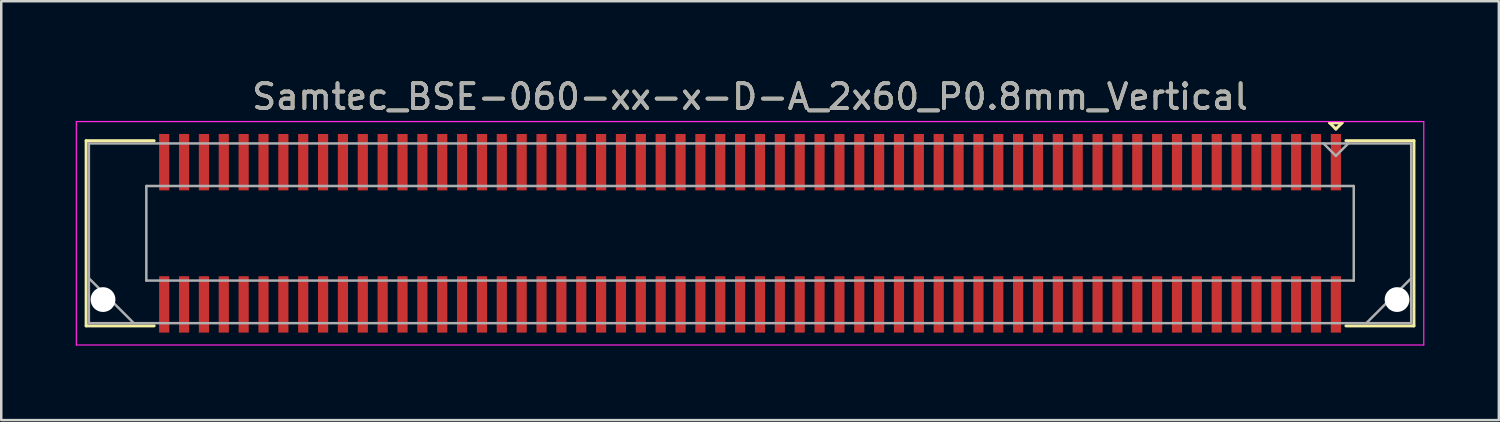
<source format=kicad_pcb>
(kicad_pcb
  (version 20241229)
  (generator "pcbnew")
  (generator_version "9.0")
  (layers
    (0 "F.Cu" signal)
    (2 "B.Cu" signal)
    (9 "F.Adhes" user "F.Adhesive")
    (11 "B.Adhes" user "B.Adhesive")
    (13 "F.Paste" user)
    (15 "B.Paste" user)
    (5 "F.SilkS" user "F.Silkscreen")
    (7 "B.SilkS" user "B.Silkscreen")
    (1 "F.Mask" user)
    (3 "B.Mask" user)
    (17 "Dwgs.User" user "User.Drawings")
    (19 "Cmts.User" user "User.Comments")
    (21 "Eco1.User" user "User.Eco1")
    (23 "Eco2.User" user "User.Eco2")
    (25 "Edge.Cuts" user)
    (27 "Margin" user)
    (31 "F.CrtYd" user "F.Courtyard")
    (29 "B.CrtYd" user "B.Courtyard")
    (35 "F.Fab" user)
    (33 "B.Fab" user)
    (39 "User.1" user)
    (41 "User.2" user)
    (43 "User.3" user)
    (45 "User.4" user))
  (footprint "Samtec_BSE-060-xx-x-D-A_2x60_P0.8mm_Vertical"
    (layer "F.Cu")
    (at 27.165 6.348)
    (property "Reference" "Samtec_BSE-060-xx-x-D-A_2x60_P0.8mm_Vertical" (at 0 -5.5 0) (layer "F.SilkS") (effects (font (size 1 1) (thickness 0.15))))
    (attr smd)
    (fp_line (start -26.745 -3.73) (end -24.005 -3.73) (stroke (width 0.12) (type solid)) (layer "F.SilkS"))
    (fp_line (start -26.745 3.73) (end -26.745 -3.73) (stroke (width 0.12) (type solid)) (layer "F.SilkS"))
    (fp_line (start -24.005 3.73) (end -26.745 3.73) (stroke (width 0.12) (type solid)) (layer "F.SilkS"))
    (fp_line (start 23.35 -4.45) (end 23.85 -4.45) (stroke (width 0.12) (type solid)) (layer "F.SilkS"))
    (fp_line (start 23.6 -4.2) (end 23.35 -4.45) (stroke (width 0.12) (type solid)) (layer "F.SilkS"))
    (fp_line (start 23.85 -4.45) (end 23.6 -4.2) (stroke (width 0.12) (type solid)) (layer "F.SilkS"))
    (fp_line (start 24.005 3.73) (end 26.745 3.73) (stroke (width 0.12) (type solid)) (layer "F.SilkS"))
    (fp_line (start 26.745 -3.73) (end 24.005 -3.73) (stroke (width 0.12) (type solid)) (layer "F.SilkS"))
    (fp_line (start 26.745 3.73) (end 26.745 -3.73) (stroke (width 0.12) (type solid)) (layer "F.SilkS"))
    (fp_line (start -27.14 -4.5) (end -27.14 4.5) (stroke (width 0.05) (type solid)) (layer "F.CrtYd"))
    (fp_line (start -27.14 4.5) (end 27.14 4.5) (stroke (width 0.05) (type solid)) (layer "F.CrtYd"))
    (fp_line (start 27.14 -4.5) (end -27.14 -4.5) (stroke (width 0.05) (type solid)) (layer "F.CrtYd"))
    (fp_line (start 27.14 4.5) (end 27.14 -4.5) (stroke (width 0.05) (type solid)) (layer "F.CrtYd"))
    (fp_line (start -26.635 -3.62) (end -26.635 3.62) (stroke (width 0.1) (type solid)) (layer "F.Fab"))
    (fp_line (start -26.635 1.81) (end -24.825 3.62) (stroke (width 0.1) (type solid)) (layer "F.Fab"))
    (fp_line (start -26.635 3.62) (end 26.635 3.62) (stroke (width 0.1) (type solid)) (layer "F.Fab"))
    (fp_line (start -24.32 -1.905) (end -24.32 1.905) (stroke (width 0.1) (type solid)) (layer "F.Fab"))
    (fp_line (start -24.32 1.905) (end 24.32 1.905) (stroke (width 0.1) (type solid)) (layer "F.Fab"))
    (fp_line (start 23.6 -3.12) (end 23.1 -3.62) (stroke (width 0.1) (type solid)) (layer "F.Fab"))
    (fp_line (start 24.1 -3.62) (end 23.6 -3.12) (stroke (width 0.1) (type solid)) (layer "F.Fab"))
    (fp_line (start 24.32 -1.905) (end -24.32 -1.905) (stroke (width 0.1) (type solid)) (layer "F.Fab"))
    (fp_line (start 24.32 1.905) (end 24.32 -1.905) (stroke (width 0.1) (type solid)) (layer "F.Fab"))
    (fp_line (start 26.635 -3.62) (end -26.635 -3.62) (stroke (width 0.1) (type solid)) (layer "F.Fab"))
    (fp_line (start 26.635 1.81) (end 24.825 3.62) (stroke (width 0.1) (type solid)) (layer "F.Fab"))
    (fp_line (start 26.635 3.62) (end 26.635 -3.62) (stroke (width 0.1) (type solid)) (layer "F.Fab"))
    (fp_text user "${REFERENCE}" (at 0 -5.5 0) (layer "F.Fab") (effects (font (size 1 1) (thickness 0.15))))
    (pad "" np_thru_hole circle (at -26.065 2.67) (size 1 1) (drill 1) (layers "*.Cu" "*.Mask"))
    (pad "" np_thru_hole circle (at 26.065 2.67) (size 1 1) (drill 1) (layers "*.Cu" "*.Mask"))
    (pad "1" smd rect (at 23.6 -2.865) (size 0.41 2.27) (layers "F.Cu" "F.Mask" "F.Paste"))
    (pad "2" smd rect (at 23.6 2.865) (size 0.41 2.27) (layers "F.Cu" "F.Mask" "F.Paste"))
    (pad "3" smd rect (at 22.8 -2.865) (size 0.41 2.27) (layers "F.Cu" "F.Mask" "F.Paste"))
    (pad "4" smd rect (at 22.8 2.865) (size 0.41 2.27) (layers "F.Cu" "F.Mask" "F.Paste"))
    (pad "5" smd rect (at 22 -2.865) (size 0.41 2.27) (layers "F.Cu" "F.Mask" "F.Paste"))
    (pad "6" smd rect (at 22 2.865) (size 0.41 2.27) (layers "F.Cu" "F.Mask" "F.Paste"))
    (pad "7" smd rect (at 21.2 -2.865) (size 0.41 2.27) (layers "F.Cu" "F.Mask" "F.Paste"))
    (pad "8" smd rect (at 21.2 2.865) (size 0.41 2.27) (layers "F.Cu" "F.Mask" "F.Paste"))
    (pad "9" smd rect (at 20.4 -2.865) (size 0.41 2.27) (layers "F.Cu" "F.Mask" "F.Paste"))
    (pad "10" smd rect (at 20.4 2.865) (size 0.41 2.27) (layers "F.Cu" "F.Mask" "F.Paste"))
    (pad "11" smd rect (at 19.6 -2.865) (size 0.41 2.27) (layers "F.Cu" "F.Mask" "F.Paste"))
    (pad "12" smd rect (at 19.6 2.865) (size 0.41 2.27) (layers "F.Cu" "F.Mask" "F.Paste"))
    (pad "13" smd rect (at 18.8 -2.865) (size 0.41 2.27) (layers "F.Cu" "F.Mask" "F.Paste"))
    (pad "14" smd rect (at 18.8 2.865) (size 0.41 2.27) (layers "F.Cu" "F.Mask" "F.Paste"))
    (pad "15" smd rect (at 18 -2.865) (size 0.41 2.27) (layers "F.Cu" "F.Mask" "F.Paste"))
    (pad "16" smd rect (at 18 2.865) (size 0.41 2.27) (layers "F.Cu" "F.Mask" "F.Paste"))
    (pad "17" smd rect (at 17.2 -2.865) (size 0.41 2.27) (layers "F.Cu" "F.Mask" "F.Paste"))
    (pad "18" smd rect (at 17.2 2.865) (size 0.41 2.27) (layers "F.Cu" "F.Mask" "F.Paste"))
    (pad "19" smd rect (at 16.4 -2.865) (size 0.41 2.27) (layers "F.Cu" "F.Mask" "F.Paste"))
    (pad "20" smd rect (at 16.4 2.865) (size 0.41 2.27) (layers "F.Cu" "F.Mask" "F.Paste"))
    (pad "21" smd rect (at 15.6 -2.865) (size 0.41 2.27) (layers "F.Cu" "F.Mask" "F.Paste"))
    (pad "22" smd rect (at 15.6 2.865) (size 0.41 2.27) (layers "F.Cu" "F.Mask" "F.Paste"))
    (pad "23" smd rect (at 14.8 -2.865) (size 0.41 2.27) (layers "F.Cu" "F.Mask" "F.Paste"))
    (pad "24" smd rect (at 14.8 2.865) (size 0.41 2.27) (layers "F.Cu" "F.Mask" "F.Paste"))
    (pad "25" smd rect (at 14 -2.865) (size 0.41 2.27) (layers "F.Cu" "F.Mask" "F.Paste"))
    (pad "26" smd rect (at 14 2.865) (size 0.41 2.27) (layers "F.Cu" "F.Mask" "F.Paste"))
    (pad "27" smd rect (at 13.2 -2.865) (size 0.41 2.27) (layers "F.Cu" "F.Mask" "F.Paste"))
    (pad "28" smd rect (at 13.2 2.865) (size 0.41 2.27) (layers "F.Cu" "F.Mask" "F.Paste"))
    (pad "29" smd rect (at 12.4 -2.865) (size 0.41 2.27) (layers "F.Cu" "F.Mask" "F.Paste"))
    (pad "30" smd rect (at 12.4 2.865) (size 0.41 2.27) (layers "F.Cu" "F.Mask" "F.Paste"))
    (pad "31" smd rect (at 11.6 -2.865) (size 0.41 2.27) (layers "F.Cu" "F.Mask" "F.Paste"))
    (pad "32" smd rect (at 11.6 2.865) (size 0.41 2.27) (layers "F.Cu" "F.Mask" "F.Paste"))
    (pad "33" smd rect (at 10.8 -2.865) (size 0.41 2.27) (layers "F.Cu" "F.Mask" "F.Paste"))
    (pad "34" smd rect (at 10.8 2.865) (size 0.41 2.27) (layers "F.Cu" "F.Mask" "F.Paste"))
    (pad "35" smd rect (at 10 -2.865) (size 0.41 2.27) (layers "F.Cu" "F.Mask" "F.Paste"))
    (pad "36" smd rect (at 10 2.865) (size 0.41 2.27) (layers "F.Cu" "F.Mask" "F.Paste"))
    (pad "37" smd rect (at 9.2 -2.865) (size 0.41 2.27) (layers "F.Cu" "F.Mask" "F.Paste"))
    (pad "38" smd rect (at 9.2 2.865) (size 0.41 2.27) (layers "F.Cu" "F.Mask" "F.Paste"))
    (pad "39" smd rect (at 8.4 -2.865) (size 0.41 2.27) (layers "F.Cu" "F.Mask" "F.Paste"))
    (pad "40" smd rect (at 8.4 2.865) (size 0.41 2.27) (layers "F.Cu" "F.Mask" "F.Paste"))
    (pad "41" smd rect (at 7.6 -2.865) (size 0.41 2.27) (layers "F.Cu" "F.Mask" "F.Paste"))
    (pad "42" smd rect (at 7.6 2.865) (size 0.41 2.27) (layers "F.Cu" "F.Mask" "F.Paste"))
    (pad "43" smd rect (at 6.8 -2.865) (size 0.41 2.27) (layers "F.Cu" "F.Mask" "F.Paste"))
    (pad "44" smd rect (at 6.8 2.865) (size 0.41 2.27) (layers "F.Cu" "F.Mask" "F.Paste"))
    (pad "45" smd rect (at 6 -2.865) (size 0.41 2.27) (layers "F.Cu" "F.Mask" "F.Paste"))
    (pad "46" smd rect (at 6 2.865) (size 0.41 2.27) (layers "F.Cu" "F.Mask" "F.Paste"))
    (pad "47" smd rect (at 5.2 -2.865) (size 0.41 2.27) (layers "F.Cu" "F.Mask" "F.Paste"))
    (pad "48" smd rect (at 5.2 2.865) (size 0.41 2.27) (layers "F.Cu" "F.Mask" "F.Paste"))
    (pad "49" smd rect (at 4.4 -2.865) (size 0.41 2.27) (layers "F.Cu" "F.Mask" "F.Paste"))
    (pad "50" smd rect (at 4.4 2.865) (size 0.41 2.27) (layers "F.Cu" "F.Mask" "F.Paste"))
    (pad "51" smd rect (at 3.6 -2.865) (size 0.41 2.27) (layers "F.Cu" "F.Mask" "F.Paste"))
    (pad "52" smd rect (at 3.6 2.865) (size 0.41 2.27) (layers "F.Cu" "F.Mask" "F.Paste"))
    (pad "53" smd rect (at 2.8 -2.865) (size 0.41 2.27) (layers "F.Cu" "F.Mask" "F.Paste"))
    (pad "54" smd rect (at 2.8 2.865) (size 0.41 2.27) (layers "F.Cu" "F.Mask" "F.Paste"))
    (pad "55" smd rect (at 2 -2.865) (size 0.41 2.27) (layers "F.Cu" "F.Mask" "F.Paste"))
    (pad "56" smd rect (at 2 2.865) (size 0.41 2.27) (layers "F.Cu" "F.Mask" "F.Paste"))
    (pad "57" smd rect (at 1.2 -2.865) (size 0.41 2.27) (layers "F.Cu" "F.Mask" "F.Paste"))
    (pad "58" smd rect (at 1.2 2.865) (size 0.41 2.27) (layers "F.Cu" "F.Mask" "F.Paste"))
    (pad "59" smd rect (at 0.4 -2.865) (size 0.41 2.27) (layers "F.Cu" "F.Mask" "F.Paste"))
    (pad "60" smd rect (at 0.4 2.865) (size 0.41 2.27) (layers "F.Cu" "F.Mask" "F.Paste"))
    (pad "61" smd rect (at -0.4 -2.865) (size 0.41 2.27) (layers "F.Cu" "F.Mask" "F.Paste"))
    (pad "62" smd rect (at -0.4 2.865) (size 0.41 2.27) (layers "F.Cu" "F.Mask" "F.Paste"))
    (pad "63" smd rect (at -1.2 -2.865) (size 0.41 2.27) (layers "F.Cu" "F.Mask" "F.Paste"))
    (pad "64" smd rect (at -1.2 2.865) (size 0.41 2.27) (layers "F.Cu" "F.Mask" "F.Paste"))
    (pad "65" smd rect (at -2 -2.865) (size 0.41 2.27) (layers "F.Cu" "F.Mask" "F.Paste"))
    (pad "66" smd rect (at -2 2.865) (size 0.41 2.27) (layers "F.Cu" "F.Mask" "F.Paste"))
    (pad "67" smd rect (at -2.8 -2.865) (size 0.41 2.27) (layers "F.Cu" "F.Mask" "F.Paste"))
    (pad "68" smd rect (at -2.8 2.865) (size 0.41 2.27) (layers "F.Cu" "F.Mask" "F.Paste"))
    (pad "69" smd rect (at -3.6 -2.865) (size 0.41 2.27) (layers "F.Cu" "F.Mask" "F.Paste"))
    (pad "70" smd rect (at -3.6 2.865) (size 0.41 2.27) (layers "F.Cu" "F.Mask" "F.Paste"))
    (pad "71" smd rect (at -4.4 -2.865) (size 0.41 2.27) (layers "F.Cu" "F.Mask" "F.Paste"))
    (pad "72" smd rect (at -4.4 2.865) (size 0.41 2.27) (layers "F.Cu" "F.Mask" "F.Paste"))
    (pad "73" smd rect (at -5.2 -2.865) (size 0.41 2.27) (layers "F.Cu" "F.Mask" "F.Paste"))
    (pad "74" smd rect (at -5.2 2.865) (size 0.41 2.27) (layers "F.Cu" "F.Mask" "F.Paste"))
    (pad "75" smd rect (at -6 -2.865) (size 0.41 2.27) (layers "F.Cu" "F.Mask" "F.Paste"))
    (pad "76" smd rect (at -6 2.865) (size 0.41 2.27) (layers "F.Cu" "F.Mask" "F.Paste"))
    (pad "77" smd rect (at -6.8 -2.865) (size 0.41 2.27) (layers "F.Cu" "F.Mask" "F.Paste"))
    (pad "78" smd rect (at -6.8 2.865) (size 0.41 2.27) (layers "F.Cu" "F.Mask" "F.Paste"))
    (pad "79" smd rect (at -7.6 -2.865) (size 0.41 2.27) (layers "F.Cu" "F.Mask" "F.Paste"))
    (pad "80" smd rect (at -7.6 2.865) (size 0.41 2.27) (layers "F.Cu" "F.Mask" "F.Paste"))
    (pad "81" smd rect (at -8.4 -2.865) (size 0.41 2.27) (layers "F.Cu" "F.Mask" "F.Paste"))
    (pad "82" smd rect (at -8.4 2.865) (size 0.41 2.27) (layers "F.Cu" "F.Mask" "F.Paste"))
    (pad "83" smd rect (at -9.2 -2.865) (size 0.41 2.27) (layers "F.Cu" "F.Mask" "F.Paste"))
    (pad "84" smd rect (at -9.2 2.865) (size 0.41 2.27) (layers "F.Cu" "F.Mask" "F.Paste"))
    (pad "85" smd rect (at -10 -2.865) (size 0.41 2.27) (layers "F.Cu" "F.Mask" "F.Paste"))
    (pad "86" smd rect (at -10 2.865) (size 0.41 2.27) (layers "F.Cu" "F.Mask" "F.Paste"))
    (pad "87" smd rect (at -10.8 -2.865) (size 0.41 2.27) (layers "F.Cu" "F.Mask" "F.Paste"))
    (pad "88" smd rect (at -10.8 2.865) (size 0.41 2.27) (layers "F.Cu" "F.Mask" "F.Paste"))
    (pad "89" smd rect (at -11.6 -2.865) (size 0.41 2.27) (layers "F.Cu" "F.Mask" "F.Paste"))
    (pad "90" smd rect (at -11.6 2.865) (size 0.41 2.27) (layers "F.Cu" "F.Mask" "F.Paste"))
    (pad "91" smd rect (at -12.4 -2.865) (size 0.41 2.27) (layers "F.Cu" "F.Mask" "F.Paste"))
    (pad "92" smd rect (at -12.4 2.865) (size 0.41 2.27) (layers "F.Cu" "F.Mask" "F.Paste"))
    (pad "93" smd rect (at -13.2 -2.865) (size 0.41 2.27) (layers "F.Cu" "F.Mask" "F.Paste"))
    (pad "94" smd rect (at -13.2 2.865) (size 0.41 2.27) (layers "F.Cu" "F.Mask" "F.Paste"))
    (pad "95" smd rect (at -14 -2.865) (size 0.41 2.27) (layers "F.Cu" "F.Mask" "F.Paste"))
    (pad "96" smd rect (at -14 2.865) (size 0.41 2.27) (layers "F.Cu" "F.Mask" "F.Paste"))
    (pad "97" smd rect (at -14.8 -2.865) (size 0.41 2.27) (layers "F.Cu" "F.Mask" "F.Paste"))
    (pad "98" smd rect (at -14.8 2.865) (size 0.41 2.27) (layers "F.Cu" "F.Mask" "F.Paste"))
    (pad "99" smd rect (at -15.6 -2.865) (size 0.41 2.27) (layers "F.Cu" "F.Mask" "F.Paste"))
    (pad "100" smd rect (at -15.6 2.865) (size 0.41 2.27) (layers "F.Cu" "F.Mask" "F.Paste"))
    (pad "101" smd rect (at -16.4 -2.865) (size 0.41 2.27) (layers "F.Cu" "F.Mask" "F.Paste"))
    (pad "102" smd rect (at -16.4 2.865) (size 0.41 2.27) (layers "F.Cu" "F.Mask" "F.Paste"))
    (pad "103" smd rect (at -17.2 -2.865) (size 0.41 2.27) (layers "F.Cu" "F.Mask" "F.Paste"))
    (pad "104" smd rect (at -17.2 2.865) (size 0.41 2.27) (layers "F.Cu" "F.Mask" "F.Paste"))
    (pad "105" smd rect (at -18 -2.865) (size 0.41 2.27) (layers "F.Cu" "F.Mask" "F.Paste"))
    (pad "106" smd rect (at -18 2.865) (size 0.41 2.27) (layers "F.Cu" "F.Mask" "F.Paste"))
    (pad "107" smd rect (at -18.8 -2.865) (size 0.41 2.27) (layers "F.Cu" "F.Mask" "F.Paste"))
    (pad "108" smd rect (at -18.8 2.865) (size 0.41 2.27) (layers "F.Cu" "F.Mask" "F.Paste"))
    (pad "109" smd rect (at -19.6 -2.865) (size 0.41 2.27) (layers "F.Cu" "F.Mask" "F.Paste"))
    (pad "110" smd rect (at -19.6 2.865) (size 0.41 2.27) (layers "F.Cu" "F.Mask" "F.Paste"))
    (pad "111" smd rect (at -20.4 -2.865) (size 0.41 2.27) (layers "F.Cu" "F.Mask" "F.Paste"))
    (pad "112" smd rect (at -20.4 2.865) (size 0.41 2.27) (layers "F.Cu" "F.Mask" "F.Paste"))
    (pad "113" smd rect (at -21.2 -2.865) (size 0.41 2.27) (layers "F.Cu" "F.Mask" "F.Paste"))
    (pad "114" smd rect (at -21.2 2.865) (size 0.41 2.27) (layers "F.Cu" "F.Mask" "F.Paste"))
    (pad "115" smd rect (at -22 -2.865) (size 0.41 2.27) (layers "F.Cu" "F.Mask" "F.Paste"))
    (pad "116" smd rect (at -22 2.865) (size 0.41 2.27) (layers "F.Cu" "F.Mask" "F.Paste"))
    (pad "117" smd rect (at -22.8 -2.865) (size 0.41 2.27) (layers "F.Cu" "F.Mask" "F.Paste"))
    (pad "118" smd rect (at -22.8 2.865) (size 0.41 2.27) (layers "F.Cu" "F.Mask" "F.Paste"))
    (pad "119" smd rect (at -23.6 -2.865) (size 0.41 2.27) (layers "F.Cu" "F.Mask" "F.Paste"))
    (pad "120" smd rect (at -23.6 2.865) (size 0.41 2.27) (layers "F.Cu" "F.Mask" "F.Paste")))
  (gr_rect
    (start -3 -3)
    (end 57.33 13.873)
    (stroke (width 0.1) (type default))
    (fill no)
    (layer "Edge.Cuts")))
</source>
